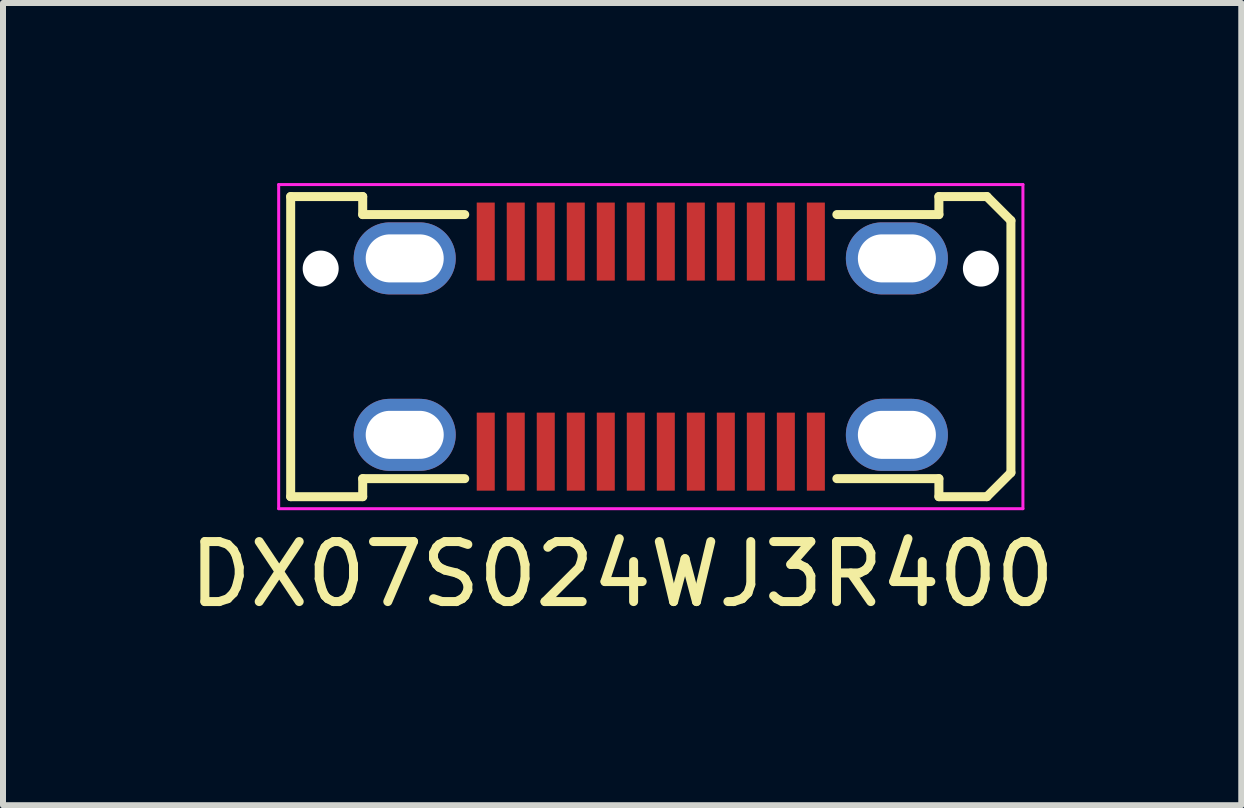
<source format=kicad_pcb>
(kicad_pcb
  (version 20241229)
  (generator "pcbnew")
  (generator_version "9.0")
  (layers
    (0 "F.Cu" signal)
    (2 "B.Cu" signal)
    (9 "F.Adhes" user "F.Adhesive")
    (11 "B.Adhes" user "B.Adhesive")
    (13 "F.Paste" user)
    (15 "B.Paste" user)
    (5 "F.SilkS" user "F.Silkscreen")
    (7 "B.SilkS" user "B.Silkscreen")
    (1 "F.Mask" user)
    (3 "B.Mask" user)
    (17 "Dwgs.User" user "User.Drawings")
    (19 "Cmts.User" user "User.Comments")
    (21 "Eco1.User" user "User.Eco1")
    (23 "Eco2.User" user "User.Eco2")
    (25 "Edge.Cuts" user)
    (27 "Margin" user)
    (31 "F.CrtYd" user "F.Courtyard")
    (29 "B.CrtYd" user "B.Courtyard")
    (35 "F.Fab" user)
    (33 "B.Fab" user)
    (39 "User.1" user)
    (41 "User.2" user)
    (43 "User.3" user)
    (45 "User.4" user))
  (footprint "DX07S024WJ3R400"
    (layer "F.Cu")
    (at 7.793 1.425)
    (property "Reference" "DX07S024WJ3R400" (at -0.477 5.093 180) (layer "F.SilkS") (effects (font (size 1 1) (thickness 0.15))))
    (attr smd)
    (fp_line (start -6 -1.2) (end -6 3.8) (stroke (width 0.15) (type solid)) (layer "F.SilkS"))
    (fp_line (start -6 -1.2) (end -4.8 -1.2) (stroke (width 0.15) (type solid)) (layer "F.SilkS"))
    (fp_line (start -6 3.8) (end -4.8 3.8) (stroke (width 0.15) (type solid)) (layer "F.SilkS"))
    (fp_line (start -4.8 -1.2) (end -4.8 -0.9) (stroke (width 0.15) (type solid)) (layer "F.SilkS"))
    (fp_line (start -4.8 -0.9) (end -3.1 -0.9) (stroke (width 0.15) (type solid)) (layer "F.SilkS"))
    (fp_line (start -4.8 3.5) (end -3.1 3.5) (stroke (width 0.15) (type solid)) (layer "F.SilkS"))
    (fp_line (start -4.8 3.8) (end -4.8 3.5) (stroke (width 0.15) (type solid)) (layer "F.SilkS"))
    (fp_line (start 3.1 -0.9) (end 4.8 -0.9) (stroke (width 0.15) (type solid)) (layer "F.SilkS"))
    (fp_line (start 4.8 -1.2) (end 5.6 -1.2) (stroke (width 0.15) (type solid)) (layer "F.SilkS"))
    (fp_line (start 4.8 -0.9) (end 4.8 -1.2) (stroke (width 0.15) (type solid)) (layer "F.SilkS"))
    (fp_line (start 4.8 3.5) (end 3.1 3.5) (stroke (width 0.15) (type solid)) (layer "F.SilkS"))
    (fp_line (start 4.8 3.8) (end 4.8 3.5) (stroke (width 0.15) (type solid)) (layer "F.SilkS"))
    (fp_line (start 5.6 -1.2) (end 6 -0.8) (stroke (width 0.15) (type solid)) (layer "F.SilkS"))
    (fp_line (start 5.6 3.8) (end 4.8 3.8) (stroke (width 0.15) (type solid)) (layer "F.SilkS"))
    (fp_line (start 6 -0.8) (end 6 3.4) (stroke (width 0.15) (type solid)) (layer "F.SilkS"))
    (fp_line (start 6 3.4) (end 5.6 3.8) (stroke (width 0.15) (type solid)) (layer "F.SilkS"))
    (fp_line (start -6.2 -1.4) (end 6.2 -1.4) (stroke (width 0.05) (type solid)) (layer "F.CrtYd"))
    (fp_line (start -6.2 4) (end -6.2 -1.4) (stroke (width 0.05) (type solid)) (layer "F.CrtYd"))
    (fp_line (start 6.2 -1.4) (end 6.2 4) (stroke (width 0.05) (type solid)) (layer "F.CrtYd"))
    (fp_line (start 6.2 4) (end -6.2 4) (stroke (width 0.05) (type solid)) (layer "F.CrtYd"))
    (pad "" np_thru_hole circle (at -5.5 0) (size 0.6 0.6) (drill 0.6) (layers "*.Cu" "*.Mask"))
    (pad "" np_thru_hole circle (at 5.5 0) (size 0.6 0.6) (drill 0.6) (layers "*.Cu" "*.Mask"))
    (pad "A1" smd rect (at -2.75 -0.45) (size 0.3 1.3) (layers "F.Cu" "F.Mask" "F.Paste"))
    (pad "A2" smd rect (at -2.25 -0.45) (size 0.3 1.3) (layers "F.Cu" "F.Mask" "F.Paste"))
    (pad "A3" smd rect (at -1.75 -0.45) (size 0.3 1.3) (layers "F.Cu" "F.Mask" "F.Paste"))
    (pad "A4" smd rect (at -1.25 -0.45) (size 0.3 1.3) (layers "F.Cu" "F.Mask" "F.Paste"))
    (pad "A5" smd rect (at -0.75 -0.45) (size 0.3 1.3) (layers "F.Cu" "F.Mask" "F.Paste"))
    (pad "A6" smd rect (at -0.25 -0.45) (size 0.3 1.3) (layers "F.Cu" "F.Mask" "F.Paste"))
    (pad "A7" smd rect (at 0.25 -0.45) (size 0.3 1.3) (layers "F.Cu" "F.Mask" "F.Paste"))
    (pad "A8" smd rect (at 0.75 -0.45) (size 0.3 1.3) (layers "F.Cu" "F.Mask" "F.Paste"))
    (pad "A9" smd rect (at 1.25 -0.45) (size 0.3 1.3) (layers "F.Cu" "F.Mask" "F.Paste"))
    (pad "A10" smd rect (at 1.75 -0.45) (size 0.3 1.3) (layers "F.Cu" "F.Mask" "F.Paste"))
    (pad "A11" smd rect (at 2.25 -0.45) (size 0.3 1.3) (layers "F.Cu" "F.Mask" "F.Paste"))
    (pad "A12" smd rect (at 2.75 -0.45) (size 0.3 1.3) (layers "F.Cu" "F.Mask" "F.Paste"))
    (pad "B1" smd rect (at 2.75 3.05) (size 0.3 1.3) (layers "F.Cu" "F.Mask" "F.Paste"))
    (pad "B2" smd rect (at 2.25 3.05) (size 0.3 1.3) (layers "F.Cu" "F.Mask" "F.Paste"))
    (pad "B3" smd rect (at 1.75 3.05) (size 0.3 1.3) (layers "F.Cu" "F.Mask" "F.Paste"))
    (pad "B4" smd rect (at 1.25 3.05) (size 0.3 1.3) (layers "F.Cu" "F.Mask" "F.Paste"))
    (pad "B5" smd rect (at 0.75 3.05) (size 0.3 1.3) (layers "F.Cu" "F.Mask" "F.Paste"))
    (pad "B6" smd rect (at 0.25 3.05) (size 0.3 1.3) (layers "F.Cu" "F.Mask" "F.Paste"))
    (pad "B7" smd rect (at -0.25 3.05) (size 0.3 1.3) (layers "F.Cu" "F.Mask" "F.Paste"))
    (pad "B8" smd rect (at -0.75 3.05) (size 0.3 1.3) (layers "F.Cu" "F.Mask" "F.Paste"))
    (pad "B9" smd rect (at -1.25 3.05) (size 0.3 1.3) (layers "F.Cu" "F.Mask" "F.Paste"))
    (pad "B10" smd rect (at -1.75 3.05) (size 0.3 1.3) (layers "F.Cu" "F.Mask" "F.Paste"))
    (pad "B11" smd rect (at -2.25 3.05) (size 0.3 1.3) (layers "F.Cu" "F.Mask" "F.Paste"))
    (pad "B12" smd rect (at -2.75 3.05) (size 0.3 1.3) (layers "F.Cu" "F.Mask" "F.Paste"))
    (pad "S1" thru_hole oval (at -4.1 -0.17) (size 1.7 1.2) (drill oval 1.3 0.8) (layers "*.Cu" "*.Mask"))
    (pad "S1" thru_hole oval (at -4.1 2.77) (size 1.7 1.2) (drill oval 1.3 0.8) (layers "*.Cu" "*.Mask"))
    (pad "S1" thru_hole oval (at 4.1 -0.17) (size 1.7 1.2) (drill oval 1.3 0.8) (layers "*.Cu" "*.Mask"))
    (pad "S1" thru_hole oval (at 4.1 2.77) (size 1.7 1.2) (drill oval 1.3 0.8) (layers "*.Cu" "*.Mask")))
  (gr_rect
    (start -3 -3)
    (end 17.631 10.366)
    (stroke (width 0.1) (type default))
    (fill no)
    (layer "Edge.Cuts")))
</source>
